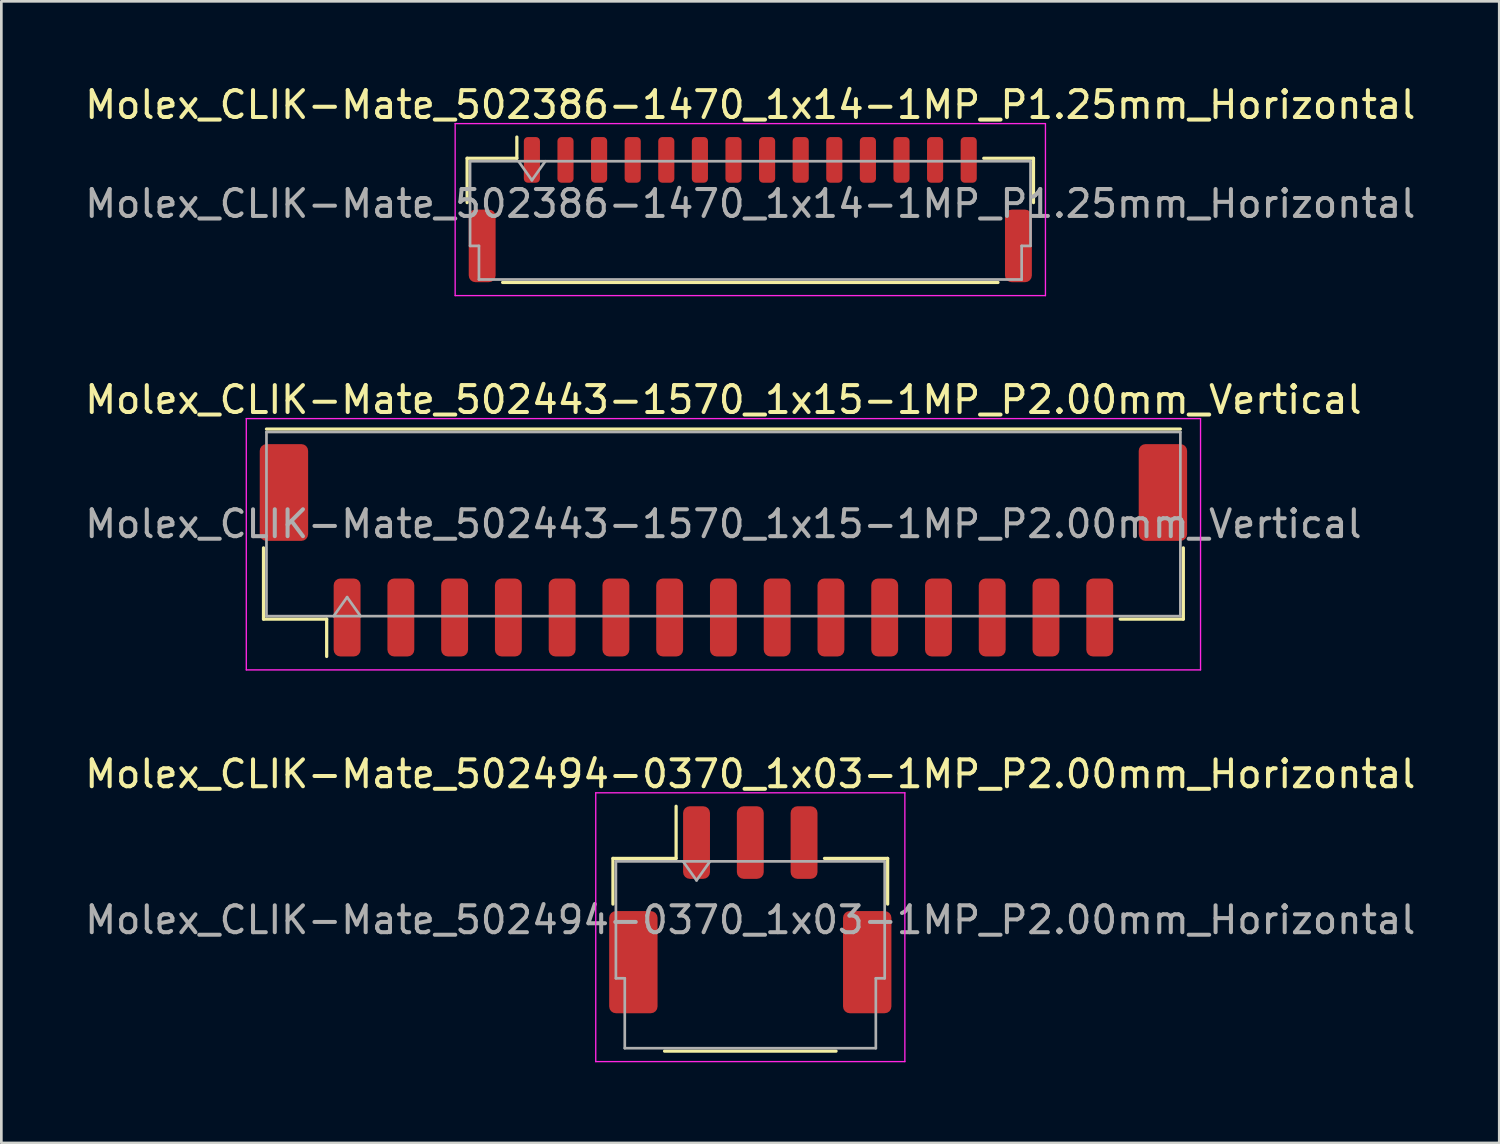
<source format=kicad_pcb>
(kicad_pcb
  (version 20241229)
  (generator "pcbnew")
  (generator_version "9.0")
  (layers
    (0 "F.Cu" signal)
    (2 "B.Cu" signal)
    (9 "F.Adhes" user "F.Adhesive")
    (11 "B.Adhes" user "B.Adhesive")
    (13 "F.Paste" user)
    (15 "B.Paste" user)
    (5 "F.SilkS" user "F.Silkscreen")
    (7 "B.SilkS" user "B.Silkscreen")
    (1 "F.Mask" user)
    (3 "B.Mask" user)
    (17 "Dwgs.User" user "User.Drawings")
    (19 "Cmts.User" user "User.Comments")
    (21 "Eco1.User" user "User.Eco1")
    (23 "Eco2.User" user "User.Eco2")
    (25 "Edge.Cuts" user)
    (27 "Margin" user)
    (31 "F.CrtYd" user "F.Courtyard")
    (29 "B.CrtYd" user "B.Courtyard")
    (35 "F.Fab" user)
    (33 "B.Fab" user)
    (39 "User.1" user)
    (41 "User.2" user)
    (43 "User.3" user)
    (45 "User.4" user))
  (footprint "Molex_CLIK-Mate_502443-1570_1x15-1MP_P2.00mm_Vertical"
    (layer "F.Cu")
    (at 23.863 17.422)
    (property "Reference" "Molex_CLIK-Mate_502443-1570_1x15-1MP_P2.00mm_Vertical" (at 0 -5.6 0) (layer "F.SilkS") (effects (font (size 1 1) (thickness 0.15))))
    (attr smd)
    (fp_line (start -17.11 -0.09) (end -17.11 2.56) (stroke (width 0.12) (type solid)) (layer "F.SilkS"))
    (fp_line (start -17.11 2.56) (end -14.76 2.56) (stroke (width 0.12) (type solid)) (layer "F.SilkS"))
    (fp_line (start -17 -4.51) (end 17 -4.51) (stroke (width 0.12) (type solid)) (layer "F.SilkS"))
    (fp_line (start -14.76 2.56) (end -14.76 3.95) (stroke (width 0.12) (type solid)) (layer "F.SilkS"))
    (fp_line (start 17.11 -0.09) (end 17.11 2.56) (stroke (width 0.12) (type solid)) (layer "F.SilkS"))
    (fp_line (start 17.11 2.56) (end 14.76 2.56) (stroke (width 0.12) (type solid)) (layer "F.SilkS"))
    (fp_line (start -17.75 -4.9) (end -17.75 4.45) (stroke (width 0.05) (type solid)) (layer "F.CrtYd"))
    (fp_line (start -17.75 4.45) (end 17.75 4.45) (stroke (width 0.05) (type solid)) (layer "F.CrtYd"))
    (fp_line (start 17.75 -4.9) (end -17.75 -4.9) (stroke (width 0.05) (type solid)) (layer "F.CrtYd"))
    (fp_line (start 17.75 4.45) (end 17.75 -4.9) (stroke (width 0.05) (type solid)) (layer "F.CrtYd"))
    (fp_line (start -17 -4.4) (end 17 -4.4) (stroke (width 0.1) (type solid)) (layer "F.Fab"))
    (fp_line (start -17 2.45) (end -17 -4.4) (stroke (width 0.1) (type solid)) (layer "F.Fab"))
    (fp_line (start -17 2.45) (end 17 2.45) (stroke (width 0.1) (type solid)) (layer "F.Fab"))
    (fp_line (start -14.5 2.45) (end -14 1.743) (stroke (width 0.1) (type solid)) (layer "F.Fab"))
    (fp_line (start -14 1.743) (end -13.5 2.45) (stroke (width 0.1) (type solid)) (layer "F.Fab"))
    (fp_line (start 17 2.45) (end 17 -4.4) (stroke (width 0.1) (type solid)) (layer "F.Fab"))
    (fp_text user "${REFERENCE}" (at 0 -0.98 0) (layer "F.Fab") (effects (font (size 1 1) (thickness 0.15))))
    (pad "1" smd roundrect (at -14 2.5) (size 1 2.9) (layers "F.Cu" "F.Mask" "F.Paste") (roundrect_rratio 0.25))
    (pad "2" smd roundrect (at -12 2.5) (size 1 2.9) (layers "F.Cu" "F.Mask" "F.Paste") (roundrect_rratio 0.25))
    (pad "3" smd roundrect (at -10 2.5) (size 1 2.9) (layers "F.Cu" "F.Mask" "F.Paste") (roundrect_rratio 0.25))
    (pad "4" smd roundrect (at -8 2.5) (size 1 2.9) (layers "F.Cu" "F.Mask" "F.Paste") (roundrect_rratio 0.25))
    (pad "5" smd roundrect (at -6 2.5) (size 1 2.9) (layers "F.Cu" "F.Mask" "F.Paste") (roundrect_rratio 0.25))
    (pad "6" smd roundrect (at -4 2.5) (size 1 2.9) (layers "F.Cu" "F.Mask" "F.Paste") (roundrect_rratio 0.25))
    (pad "7" smd roundrect (at -2 2.5) (size 1 2.9) (layers "F.Cu" "F.Mask" "F.Paste") (roundrect_rratio 0.25))
    (pad "8" smd roundrect (at 0 2.5) (size 1 2.9) (layers "F.Cu" "F.Mask" "F.Paste") (roundrect_rratio 0.25))
    (pad "9" smd roundrect (at 2 2.5) (size 1 2.9) (layers "F.Cu" "F.Mask" "F.Paste") (roundrect_rratio 0.25))
    (pad "10" smd roundrect (at 4 2.5) (size 1 2.9) (layers "F.Cu" "F.Mask" "F.Paste") (roundrect_rratio 0.25))
    (pad "11" smd roundrect (at 6 2.5) (size 1 2.9) (layers "F.Cu" "F.Mask" "F.Paste") (roundrect_rratio 0.25))
    (pad "12" smd roundrect (at 8 2.5) (size 1 2.9) (layers "F.Cu" "F.Mask" "F.Paste") (roundrect_rratio 0.25))
    (pad "13" smd roundrect (at 10 2.5) (size 1 2.9) (layers "F.Cu" "F.Mask" "F.Paste") (roundrect_rratio 0.25))
    (pad "14" smd roundrect (at 12 2.5) (size 1 2.9) (layers "F.Cu" "F.Mask" "F.Paste") (roundrect_rratio 0.25))
    (pad "15" smd roundrect (at 14 2.5) (size 1 2.9) (layers "F.Cu" "F.Mask" "F.Paste") (roundrect_rratio 0.25))
    (pad "MP" smd roundrect (at -16.35 -2.15) (size 1.8 3.6) (layers "F.Cu" "F.Mask" "F.Paste") (roundrect_rratio 0.139))
    (pad "MP" smd roundrect (at 16.35 -2.15) (size 1.8 3.6) (layers "F.Cu" "F.Mask" "F.Paste") (roundrect_rratio 0.139)))
  (footprint "Molex_CLIK-Mate_502386-1470_1x14-1MP_P1.25mm_Horizontal"
    (layer "F.Cu")
    (at 24.863 4.748)
    (property "Reference" "Molex_CLIK-Mate_502386-1470_1x14-1MP_P1.25mm_Horizontal" (at 0 -3.9 0) (layer "F.SilkS") (effects (font (size 1 1) (thickness 0.15))))
    (attr smd)
    (fp_line (start -10.535 -1.91) (end -8.685 -1.91) (stroke (width 0.12) (type solid)) (layer "F.SilkS"))
    (fp_line (start -10.535 -0.26) (end -10.535 -1.91) (stroke (width 0.12) (type solid)) (layer "F.SilkS"))
    (fp_line (start -9.215 2.71) (end 9.215 2.71) (stroke (width 0.12) (type solid)) (layer "F.SilkS"))
    (fp_line (start -8.685 -1.91) (end -8.685 -2.7) (stroke (width 0.12) (type solid)) (layer "F.SilkS"))
    (fp_line (start 10.535 -1.91) (end 8.685 -1.91) (stroke (width 0.12) (type solid)) (layer "F.SilkS"))
    (fp_line (start 10.535 -0.26) (end 10.535 -1.91) (stroke (width 0.12) (type solid)) (layer "F.SilkS"))
    (fp_line (start -10.98 -3.2) (end -10.98 3.2) (stroke (width 0.05) (type solid)) (layer "F.CrtYd"))
    (fp_line (start -10.98 3.2) (end 10.98 3.2) (stroke (width 0.05) (type solid)) (layer "F.CrtYd"))
    (fp_line (start 10.98 -3.2) (end -10.98 -3.2) (stroke (width 0.05) (type solid)) (layer "F.CrtYd"))
    (fp_line (start 10.98 3.2) (end 10.98 -3.2) (stroke (width 0.05) (type solid)) (layer "F.CrtYd"))
    (fp_line (start -10.425 -1.8) (end -10.425 1.35) (stroke (width 0.1) (type solid)) (layer "F.Fab"))
    (fp_line (start -10.425 -1.8) (end 10.425 -1.8) (stroke (width 0.1) (type solid)) (layer "F.Fab"))
    (fp_line (start -10.425 1.35) (end -10.095 1.35) (stroke (width 0.1) (type solid)) (layer "F.Fab"))
    (fp_line (start -10.095 1.35) (end -10.095 2.6) (stroke (width 0.1) (type solid)) (layer "F.Fab"))
    (fp_line (start -10.095 2.6) (end 10.095 2.6) (stroke (width 0.1) (type solid)) (layer "F.Fab"))
    (fp_line (start -8.625 -1.8) (end -8.125 -1.093) (stroke (width 0.1) (type solid)) (layer "F.Fab"))
    (fp_line (start -8.125 -1.093) (end -7.625 -1.8) (stroke (width 0.1) (type solid)) (layer "F.Fab"))
    (fp_line (start 10.095 1.35) (end 10.425 1.35) (stroke (width 0.1) (type solid)) (layer "F.Fab"))
    (fp_line (start 10.095 2.6) (end 10.095 1.35) (stroke (width 0.1) (type solid)) (layer "F.Fab"))
    (fp_line (start 10.425 -1.8) (end 10.425 1.35) (stroke (width 0.1) (type solid)) (layer "F.Fab"))
    (fp_text user "${REFERENCE}" (at 0 -0.22 0) (layer "F.Fab") (effects (font (size 1 1) (thickness 0.15))))
    (pad "1" smd roundrect (at -8.125 -1.85) (size 0.6 1.7) (layers "F.Cu" "F.Mask" "F.Paste") (roundrect_rratio 0.25))
    (pad "2" smd roundrect (at -6.875 -1.85) (size 0.6 1.7) (layers "F.Cu" "F.Mask" "F.Paste") (roundrect_rratio 0.25))
    (pad "3" smd roundrect (at -5.625 -1.85) (size 0.6 1.7) (layers "F.Cu" "F.Mask" "F.Paste") (roundrect_rratio 0.25))
    (pad "4" smd roundrect (at -4.375 -1.85) (size 0.6 1.7) (layers "F.Cu" "F.Mask" "F.Paste") (roundrect_rratio 0.25))
    (pad "5" smd roundrect (at -3.125 -1.85) (size 0.6 1.7) (layers "F.Cu" "F.Mask" "F.Paste") (roundrect_rratio 0.25))
    (pad "6" smd roundrect (at -1.875 -1.85) (size 0.6 1.7) (layers "F.Cu" "F.Mask" "F.Paste") (roundrect_rratio 0.25))
    (pad "7" smd roundrect (at -0.625 -1.85) (size 0.6 1.7) (layers "F.Cu" "F.Mask" "F.Paste") (roundrect_rratio 0.25))
    (pad "8" smd roundrect (at 0.625 -1.85) (size 0.6 1.7) (layers "F.Cu" "F.Mask" "F.Paste") (roundrect_rratio 0.25))
    (pad "9" smd roundrect (at 1.875 -1.85) (size 0.6 1.7) (layers "F.Cu" "F.Mask" "F.Paste") (roundrect_rratio 0.25))
    (pad "10" smd roundrect (at 3.125 -1.85) (size 0.6 1.7) (layers "F.Cu" "F.Mask" "F.Paste") (roundrect_rratio 0.25))
    (pad "11" smd roundrect (at 4.375 -1.85) (size 0.6 1.7) (layers "F.Cu" "F.Mask" "F.Paste") (roundrect_rratio 0.25))
    (pad "12" smd roundrect (at 5.625 -1.85) (size 0.6 1.7) (layers "F.Cu" "F.Mask" "F.Paste") (roundrect_rratio 0.25))
    (pad "13" smd roundrect (at 6.875 -1.85) (size 0.6 1.7) (layers "F.Cu" "F.Mask" "F.Paste") (roundrect_rratio 0.25))
    (pad "14" smd roundrect (at 8.125 -1.85) (size 0.6 1.7) (layers "F.Cu" "F.Mask" "F.Paste") (roundrect_rratio 0.25))
    (pad "MP" smd roundrect (at -9.975 1.35) (size 1 2.7) (layers "F.Cu" "F.Mask" "F.Paste") (roundrect_rratio 0.25))
    (pad "MP" smd roundrect (at 9.975 1.35) (size 1 2.7) (layers "F.Cu" "F.Mask" "F.Paste") (roundrect_rratio 0.25)))
  (footprint "Molex_CLIK-Mate_502494-0370_1x03-1MP_P2.00mm_Horizontal"
    (layer "F.Cu")
    (at 24.863 30.795)
    (property "Reference" "Molex_CLIK-Mate_502494-0370_1x03-1MP_P2.00mm_Horizontal" (at 0 -5.05 0) (layer "F.SilkS") (effects (font (size 1 1) (thickness 0.15))))
    (attr smd)
    (fp_line (start -5.11 -1.91) (end -2.76 -1.91) (stroke (width 0.12) (type solid)) (layer "F.SilkS"))
    (fp_line (start -5.11 -0.21) (end -5.11 -1.91) (stroke (width 0.12) (type solid)) (layer "F.SilkS"))
    (fp_line (start -3.19 5.26) (end 3.19 5.26) (stroke (width 0.12) (type solid)) (layer "F.SilkS"))
    (fp_line (start -2.76 -1.91) (end -2.76 -3.85) (stroke (width 0.12) (type solid)) (layer "F.SilkS"))
    (fp_line (start 5.11 -1.91) (end 2.76 -1.91) (stroke (width 0.12) (type solid)) (layer "F.SilkS"))
    (fp_line (start 5.11 -0.21) (end 5.11 -1.91) (stroke (width 0.12) (type solid)) (layer "F.SilkS"))
    (fp_line (start -5.75 -4.35) (end -5.75 5.65) (stroke (width 0.05) (type solid)) (layer "F.CrtYd"))
    (fp_line (start -5.75 5.65) (end 5.75 5.65) (stroke (width 0.05) (type solid)) (layer "F.CrtYd"))
    (fp_line (start 5.75 -4.35) (end -5.75 -4.35) (stroke (width 0.05) (type solid)) (layer "F.CrtYd"))
    (fp_line (start 5.75 5.65) (end 5.75 -4.35) (stroke (width 0.05) (type solid)) (layer "F.CrtYd"))
    (fp_line (start -5 -1.8) (end -5 2.55) (stroke (width 0.1) (type solid)) (layer "F.Fab"))
    (fp_line (start -5 -1.8) (end 5 -1.8) (stroke (width 0.1) (type solid)) (layer "F.Fab"))
    (fp_line (start -5 2.55) (end -4.67 2.55) (stroke (width 0.1) (type solid)) (layer "F.Fab"))
    (fp_line (start -4.67 2.55) (end -4.67 5.15) (stroke (width 0.1) (type solid)) (layer "F.Fab"))
    (fp_line (start -4.67 5.15) (end 4.67 5.15) (stroke (width 0.1) (type solid)) (layer "F.Fab"))
    (fp_line (start -2.5 -1.8) (end -2 -1.093) (stroke (width 0.1) (type solid)) (layer "F.Fab"))
    (fp_line (start -2 -1.093) (end -1.5 -1.8) (stroke (width 0.1) (type solid)) (layer "F.Fab"))
    (fp_line (start 4.67 2.55) (end 5 2.55) (stroke (width 0.1) (type solid)) (layer "F.Fab"))
    (fp_line (start 4.67 5.15) (end 4.67 2.55) (stroke (width 0.1) (type solid)) (layer "F.Fab"))
    (fp_line (start 5 -1.8) (end 5 2.55) (stroke (width 0.1) (type solid)) (layer "F.Fab"))
    (fp_text user "${REFERENCE}" (at 0 0.38 0) (layer "F.Fab") (effects (font (size 1 1) (thickness 0.15))))
    (pad "1" smd roundrect (at -2 -2.5) (size 1 2.7) (layers "F.Cu" "F.Mask" "F.Paste") (roundrect_rratio 0.25))
    (pad "2" smd roundrect (at 0 -2.5) (size 1 2.7) (layers "F.Cu" "F.Mask" "F.Paste") (roundrect_rratio 0.25))
    (pad "3" smd roundrect (at 2 -2.5) (size 1 2.7) (layers "F.Cu" "F.Mask" "F.Paste") (roundrect_rratio 0.25))
    (pad "MP" smd roundrect (at -4.35 1.95) (size 1.8 3.8) (layers "F.Cu" "F.Mask" "F.Paste") (roundrect_rratio 0.139))
    (pad "MP" smd roundrect (at 4.35 1.95) (size 1.8 3.8) (layers "F.Cu" "F.Mask" "F.Paste") (roundrect_rratio 0.139)))
  (gr_rect
    (start -3 -3)
    (end 52.726 39.47)
    (stroke (width 0.1) (type default))
    (fill no)
    (layer "Edge.Cuts")))
</source>
